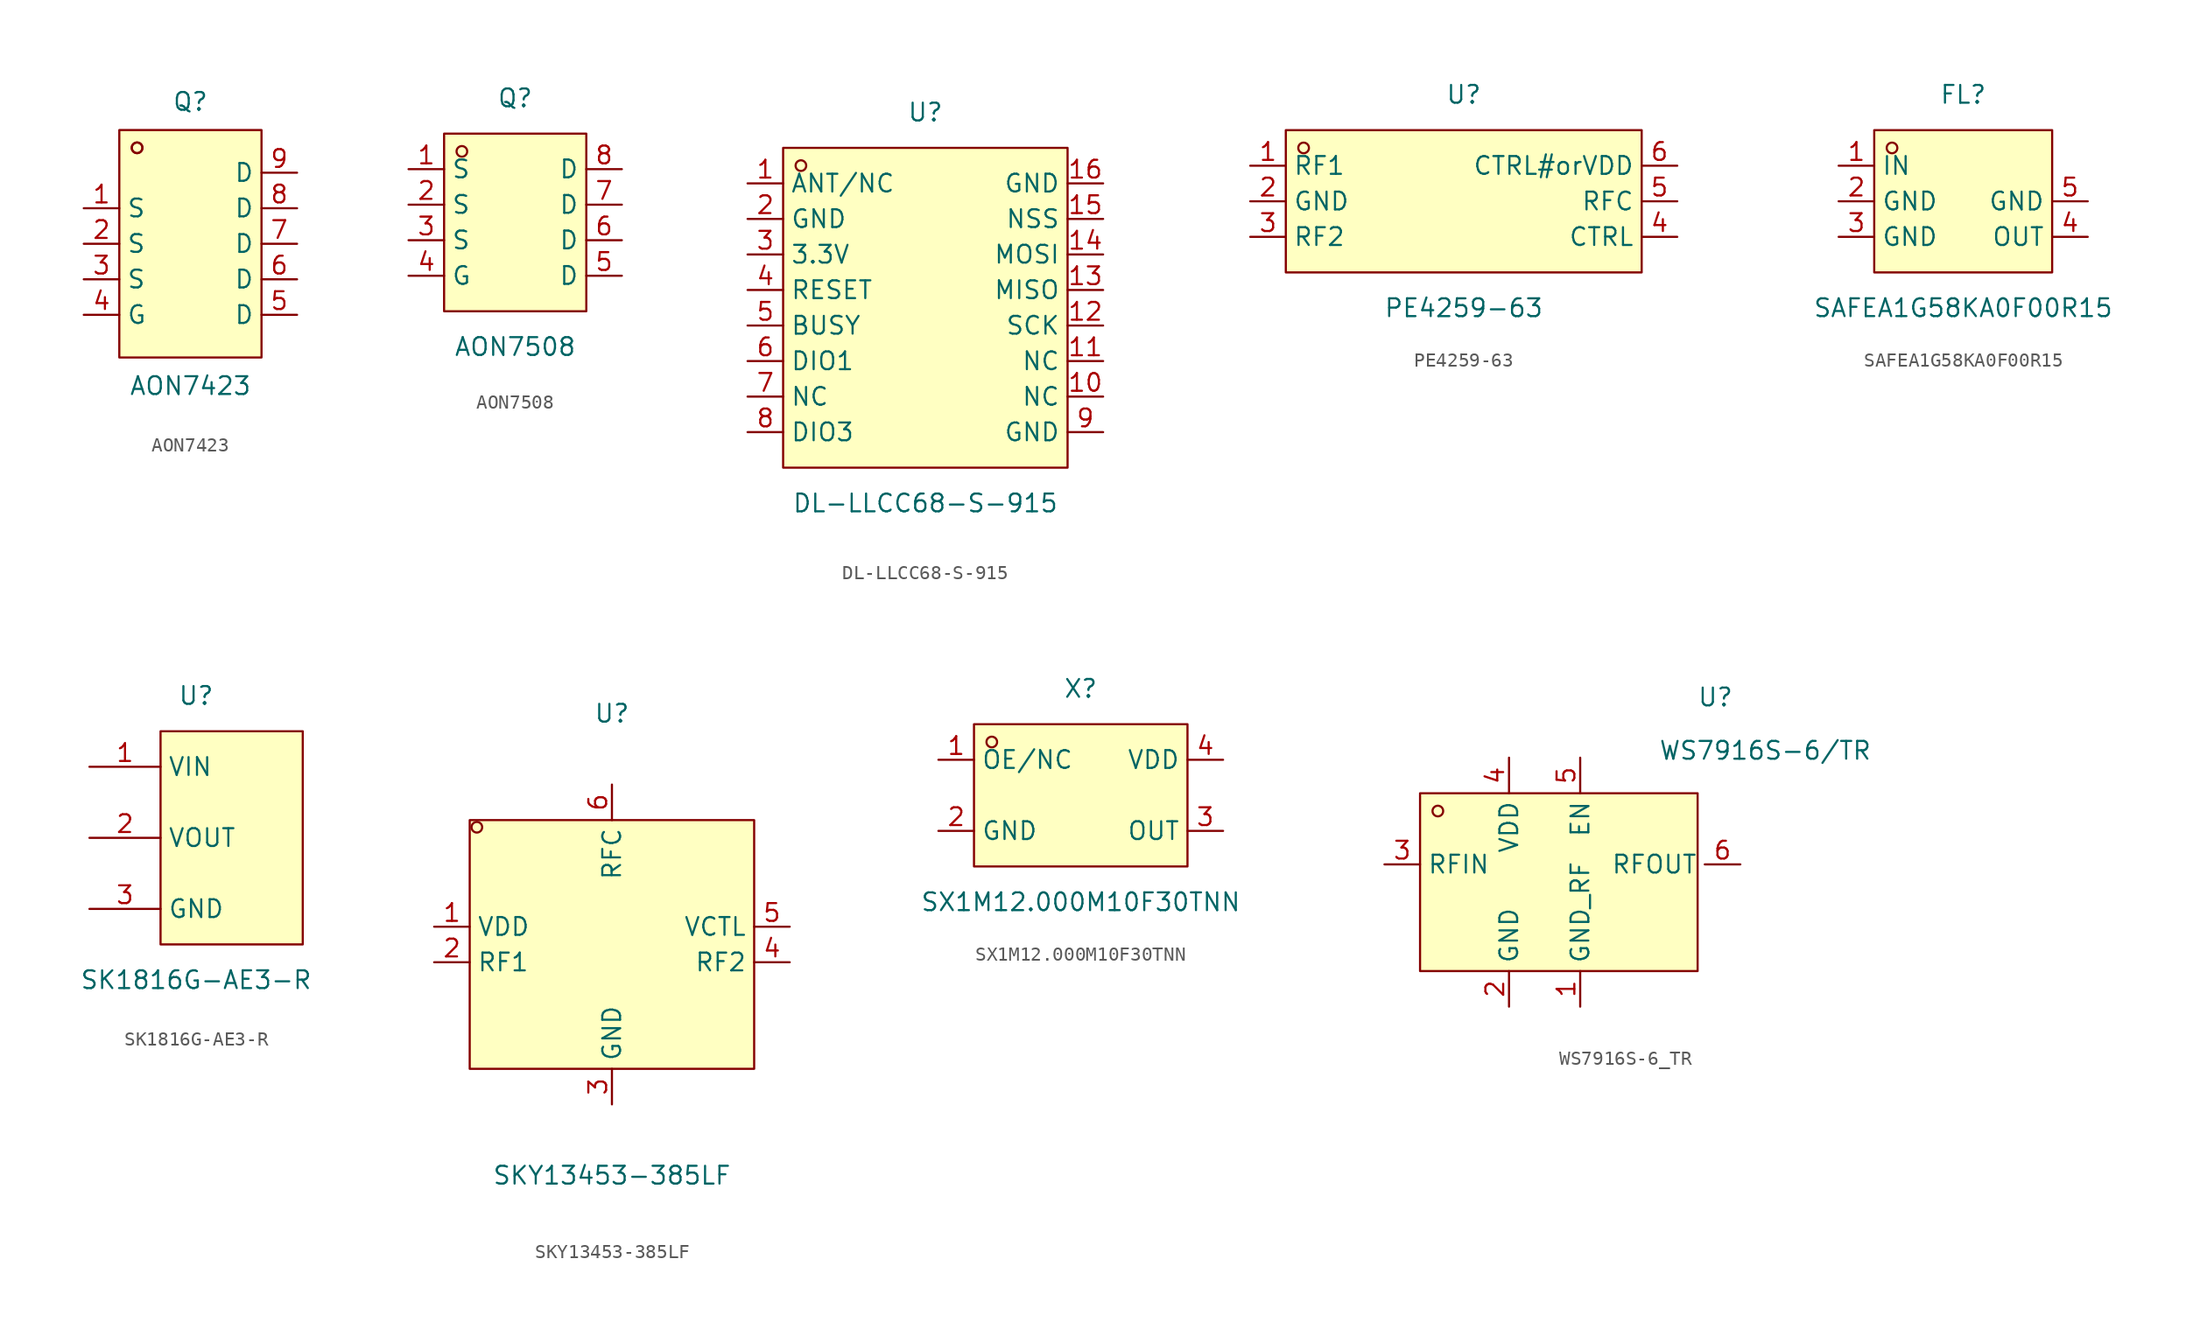
<source format=kicad_sym>
(kicad_symbol_lib
  (version 20231120)
  (generator "kicad_symbol_editor")
  (generator_version "8.0")
  (symbol "AON7423"
    (property "Reference" "Q"
      (at 0 10.16 0)
      (effects (font (size 1.27 1.27))))
    (property "Value" "AON7423"
      (at 0 -10.16 0)
      (effects (font (size 1.27 1.27))))
    (symbol "AON7423_0_1"
      (rectangle (start -5.08 8.13) (end 5.08 -8.13) (stroke (width 0) (type default)) (fill (type background)))
      (circle (center -3.81 6.86) (radius 0.38) (stroke (width 0) (type default)) (fill (type none)))
      (circle (center -3.81 6.86) (radius 0.38) (stroke (width 0) (type default)) (fill (type none)))
      (pin unspecified line (at -7.62 2.54 0) (length 2.54) (name "S" (effects (font (size 1.27 1.27)))) (number "1" (effects (font (size 1.27 1.27)))))
      (pin unspecified line (at -7.62 0 0) (length 2.54) (name "S" (effects (font (size 1.27 1.27)))) (number "2" (effects (font (size 1.27 1.27)))))
      (pin unspecified line (at -7.62 -2.54 0) (length 2.54) (name "S" (effects (font (size 1.27 1.27)))) (number "3" (effects (font (size 1.27 1.27)))))
      (pin unspecified line (at -7.62 -5.08 0) (length 2.54) (name "G" (effects (font (size 1.27 1.27)))) (number "4" (effects (font (size 1.27 1.27)))))
      (pin unspecified line (at 7.62 -5.08 180) (length 2.54) (name "D" (effects (font (size 1.27 1.27)))) (number "5" (effects (font (size 1.27 1.27)))))
      (pin unspecified line (at 7.62 -2.54 180) (length 2.54) (name "D" (effects (font (size 1.27 1.27)))) (number "6" (effects (font (size 1.27 1.27)))))
      (pin unspecified line (at 7.62 0 180) (length 2.54) (name "D" (effects (font (size 1.27 1.27)))) (number "7" (effects (font (size 1.27 1.27)))))
      (pin unspecified line (at 7.62 2.54 180) (length 2.54) (name "D" (effects (font (size 1.27 1.27)))) (number "8" (effects (font (size 1.27 1.27)))))
      (pin unspecified line (at 7.62 5.08 180) (length 2.54) (name "D" (effects (font (size 1.27 1.27)))) (number "9" (effects (font (size 1.27 1.27)))))))
  (symbol "AON7508"
    (property "Reference" "Q"
      (at 0 8.89 0)
      (effects (font (size 1.27 1.27))))
    (property "Value" "AON7508"
      (at 0 -8.89 0)
      (effects (font (size 1.27 1.27))))
    (symbol "AON7508_0_1"
      (rectangle (start -5.08 6.35) (end 5.08 -6.35) (stroke (width 0) (type default)) (fill (type background)))
      (circle (center -3.81 5.08) (radius 0.38) (stroke (width 0) (type default)) (fill (type none)))
      (pin unspecified line (at -7.62 3.81 0) (length 2.54) (name "S" (effects (font (size 1.27 1.27)))) (number "1" (effects (font (size 1.27 1.27)))))
      (pin unspecified line (at -7.62 1.27 0) (length 2.54) (name "S" (effects (font (size 1.27 1.27)))) (number "2" (effects (font (size 1.27 1.27)))))
      (pin unspecified line (at -7.62 -1.27 0) (length 2.54) (name "S" (effects (font (size 1.27 1.27)))) (number "3" (effects (font (size 1.27 1.27)))))
      (pin unspecified line (at -7.62 -3.81 0) (length 2.54) (name "G" (effects (font (size 1.27 1.27)))) (number "4" (effects (font (size 1.27 1.27)))))
      (pin unspecified line (at 7.62 -3.81 180) (length 2.54) (name "D" (effects (font (size 1.27 1.27)))) (number "5" (effects (font (size 1.27 1.27)))))
      (pin unspecified line (at 7.62 -1.27 180) (length 2.54) (name "D" (effects (font (size 1.27 1.27)))) (number "6" (effects (font (size 1.27 1.27)))))
      (pin unspecified line (at 7.62 1.27 180) (length 2.54) (name "D" (effects (font (size 1.27 1.27)))) (number "7" (effects (font (size 1.27 1.27)))))
      (pin unspecified line (at 7.62 3.81 180) (length 2.54) (name "D" (effects (font (size 1.27 1.27)))) (number "8" (effects (font (size 1.27 1.27)))))))
  (symbol "DL-LLCC68-S-915"
    (property "Reference" "U"
      (at 0 13.97 0)
      (effects (font (size 1.27 1.27))))
    (property "Value" "DL-LLCC68-S-915"
      (at 0 -13.97 0)
      (effects (font (size 1.27 1.27))))
    (symbol "DL-LLCC68-S-915_0_1"
      (rectangle (start -10.16 11.43) (end 10.16 -11.43) (stroke (width 0) (type default)) (fill (type background)))
      (circle (center -8.89 10.16) (radius 0.38) (stroke (width 0) (type default)) (fill (type none)))
      (pin unspecified line (at -12.7 8.89 0) (length 2.54) (name "ANT/NC" (effects (font (size 1.27 1.27)))) (number "1" (effects (font (size 1.27 1.27)))))
      (pin unspecified line (at 12.7 -6.35 180) (length 2.54) (name "NC" (effects (font (size 1.27 1.27)))) (number "10" (effects (font (size 1.27 1.27)))))
      (pin unspecified line (at 12.7 -3.81 180) (length 2.54) (name "NC" (effects (font (size 1.27 1.27)))) (number "11" (effects (font (size 1.27 1.27)))))
      (pin unspecified line (at 12.7 -1.27 180) (length 2.54) (name "SCK" (effects (font (size 1.27 1.27)))) (number "12" (effects (font (size 1.27 1.27)))))
      (pin unspecified line (at 12.7 1.27 180) (length 2.54) (name "MISO" (effects (font (size 1.27 1.27)))) (number "13" (effects (font (size 1.27 1.27)))))
      (pin unspecified line (at 12.7 3.81 180) (length 2.54) (name "MOSI" (effects (font (size 1.27 1.27)))) (number "14" (effects (font (size 1.27 1.27)))))
      (pin unspecified line (at 12.7 6.35 180) (length 2.54) (name "NSS" (effects (font (size 1.27 1.27)))) (number "15" (effects (font (size 1.27 1.27)))))
      (pin unspecified line (at 12.7 8.89 180) (length 2.54) (name "GND" (effects (font (size 1.27 1.27)))) (number "16" (effects (font (size 1.27 1.27)))))
      (pin unspecified line (at -12.7 6.35 0) (length 2.54) (name "GND" (effects (font (size 1.27 1.27)))) (number "2" (effects (font (size 1.27 1.27)))))
      (pin unspecified line (at -12.7 3.81 0) (length 2.54) (name "3.3V" (effects (font (size 1.27 1.27)))) (number "3" (effects (font (size 1.27 1.27)))))
      (pin unspecified line (at -12.7 1.27 0) (length 2.54) (name "RESET" (effects (font (size 1.27 1.27)))) (number "4" (effects (font (size 1.27 1.27)))))
      (pin unspecified line (at -12.7 -1.27 0) (length 2.54) (name "BUSY" (effects (font (size 1.27 1.27)))) (number "5" (effects (font (size 1.27 1.27)))))
      (pin unspecified line (at -12.7 -3.81 0) (length 2.54) (name "DIO1" (effects (font (size 1.27 1.27)))) (number "6" (effects (font (size 1.27 1.27)))))
      (pin unspecified line (at -12.7 -6.35 0) (length 2.54) (name "NC" (effects (font (size 1.27 1.27)))) (number "7" (effects (font (size 1.27 1.27)))))
      (pin unspecified line (at -12.7 -8.89 0) (length 2.54) (name "DIO3" (effects (font (size 1.27 1.27)))) (number "8" (effects (font (size 1.27 1.27)))))
      (pin unspecified line (at 12.7 -8.89 180) (length 2.54) (name "GND" (effects (font (size 1.27 1.27)))) (number "9" (effects (font (size 1.27 1.27)))))))
  (symbol "PE4259-63"
    (property "Reference" "U"
      (at 0 7.62 0)
      (effects (font (size 1.27 1.27))))
    (property "Value" "PE4259-63"
      (at 0 -7.62 0)
      (effects (font (size 1.27 1.27))))
    (symbol "PE4259-63_0_1"
      (rectangle (start -12.7 5.08) (end 12.7 -5.08) (stroke (width 0) (type default)) (fill (type background)))
      (circle (center -11.43 3.81) (radius 0.38) (stroke (width 0) (type default)) (fill (type none)))
      (pin unspecified line (at -15.24 2.54 0) (length 2.54) (name "RF1" (effects (font (size 1.27 1.27)))) (number "1" (effects (font (size 1.27 1.27)))))
      (pin unspecified line (at -15.24 0 0) (length 2.54) (name "GND" (effects (font (size 1.27 1.27)))) (number "2" (effects (font (size 1.27 1.27)))))
      (pin unspecified line (at -15.24 -2.54 0) (length 2.54) (name "RF2" (effects (font (size 1.27 1.27)))) (number "3" (effects (font (size 1.27 1.27)))))
      (pin unspecified line (at 15.24 -2.54 180) (length 2.54) (name "CTRL" (effects (font (size 1.27 1.27)))) (number "4" (effects (font (size 1.27 1.27)))))
      (pin unspecified line (at 15.24 0 180) (length 2.54) (name "RFC" (effects (font (size 1.27 1.27)))) (number "5" (effects (font (size 1.27 1.27)))))
      (pin unspecified line (at 15.24 2.54 180) (length 2.54) (name "CTRL#orVDD" (effects (font (size 1.27 1.27)))) (number "6" (effects (font (size 1.27 1.27)))))))
  (symbol "SAFEA1G58KA0F00R15"
    (property "Reference" "FL"
      (at 0 7.62 0)
      (effects (font (size 1.27 1.27))))
    (property "Value" "SAFEA1G58KA0F00R15"
      (at 0 -7.62 0)
      (effects (font (size 1.27 1.27))))
    (symbol "SAFEA1G58KA0F00R15_0_1"
      (rectangle (start -6.35 5.08) (end 6.35 -5.08) (stroke (width 0) (type default)) (fill (type background)))
      (circle (center -5.08 3.81) (radius 0.38) (stroke (width 0) (type default)) (fill (type none)))
      (pin unspecified line (at -8.89 2.54 0) (length 2.54) (name "IN" (effects (font (size 1.27 1.27)))) (number "1" (effects (font (size 1.27 1.27)))))
      (pin unspecified line (at -8.89 0 0) (length 2.54) (name "GND" (effects (font (size 1.27 1.27)))) (number "2" (effects (font (size 1.27 1.27)))))
      (pin unspecified line (at -8.89 -2.54 0) (length 2.54) (name "GND" (effects (font (size 1.27 1.27)))) (number "3" (effects (font (size 1.27 1.27)))))
      (pin unspecified line (at 8.89 -2.54 180) (length 2.54) (name "OUT" (effects (font (size 1.27 1.27)))) (number "4" (effects (font (size 1.27 1.27)))))
      (pin unspecified line (at 8.89 0 180) (length 2.54) (name "GND" (effects (font (size 1.27 1.27)))) (number "5" (effects (font (size 1.27 1.27)))))))
  (symbol "SK1816G-AE3-R"
    (property "Reference" "U"
      (at 0 10.16 0)
      (effects (font (size 1.27 1.27))))
    (property "Value" "SK1816G-AE3-R"
      (at 0 -10.16 0)
      (effects (font (size 1.27 1.27))))
    (symbol "SK1816G-AE3-R_0_1"
      (rectangle (start -2.54 7.62) (end 7.62 -7.62) (stroke (width 0) (type default)) (fill (type background)))
      (pin unspecified line (at -7.62 5.08 0) (length 5.08) (name "VIN" (effects (font (size 1.27 1.27)))) (number "1" (effects (font (size 1.27 1.27)))))
      (pin unspecified line (at -7.62 0 0) (length 5.08) (name "VOUT" (effects (font (size 1.27 1.27)))) (number "2" (effects (font (size 1.27 1.27)))))
      (pin unspecified line (at -7.62 -5.08 0) (length 5.08) (name "GND" (effects (font (size 1.27 1.27)))) (number "3" (effects (font (size 1.27 1.27)))))))
  (symbol "SKY13453-385LF"
    (property "Reference" "U"
      (at 0 16.51 0)
      (effects (font (size 1.27 1.27))))
    (property "Value" "SKY13453-385LF"
      (at 0 -16.51 0)
      (effects (font (size 1.27 1.27))))
    (symbol "SKY13453-385LF_0_1"
      (rectangle (start -10.16 8.89) (end 10.16 -8.89) (stroke (width 0) (type default)) (fill (type background)))
      (circle (center -9.65 8.38) (radius 0.38) (stroke (width 0) (type default)) (fill (type none)))
      (pin unspecified line (at -12.7 1.27 0) (length 2.54) (name "VDD" (effects (font (size 1.27 1.27)))) (number "1" (effects (font (size 1.27 1.27)))))
      (pin unspecified line (at -12.7 -1.27 0) (length 2.54) (name "RF1" (effects (font (size 1.27 1.27)))) (number "2" (effects (font (size 1.27 1.27)))))
      (pin unspecified line (at 0 -11.43 90) (length 2.54) (name "GND" (effects (font (size 1.27 1.27)))) (number "3" (effects (font (size 1.27 1.27)))))
      (pin unspecified line (at 12.7 -1.27 180) (length 2.54) (name "RF2" (effects (font (size 1.27 1.27)))) (number "4" (effects (font (size 1.27 1.27)))))
      (pin unspecified line (at 12.7 1.27 180) (length 2.54) (name "VCTL" (effects (font (size 1.27 1.27)))) (number "5" (effects (font (size 1.27 1.27)))))
      (pin unspecified line (at 0 11.43 270) (length 2.54) (name "RFC" (effects (font (size 1.27 1.27)))) (number "6" (effects (font (size 1.27 1.27)))))))
  (symbol "SX1M12.000M10F30TNN"
    (property "Reference" "X"
      (at 0 7.62 0)
      (effects (font (size 1.27 1.27))))
    (property "Value" "SX1M12.000M10F30TNN"
      (at 0 -7.62 0)
      (effects (font (size 1.27 1.27))))
    (symbol "SX1M12.000M10F30TNN_0_1"
      (rectangle (start -7.62 5.08) (end 7.62 -5.08) (stroke (width 0) (type default)) (fill (type background)))
      (circle (center -6.35 3.81) (radius 0.38) (stroke (width 0) (type default)) (fill (type none)))
      (pin unspecified line (at -10.16 2.54 0) (length 2.54) (name "OE/NC" (effects (font (size 1.27 1.27)))) (number "1" (effects (font (size 1.27 1.27)))))
      (pin unspecified line (at -10.16 -2.54 0) (length 2.54) (name "GND" (effects (font (size 1.27 1.27)))) (number "2" (effects (font (size 1.27 1.27)))))
      (pin unspecified line (at 10.16 -2.54 180) (length 2.54) (name "OUT" (effects (font (size 1.27 1.27)))) (number "3" (effects (font (size 1.27 1.27)))))
      (pin unspecified line (at 10.16 2.54 180) (length 2.54) (name "VDD" (effects (font (size 1.27 1.27)))) (number "4" (effects (font (size 1.27 1.27)))))))
  (symbol "WS7916S-6_TR"
    (property "Reference" "U"
      (at 12.192 11.938 0)
      (effects (font (size 1.27 1.27))))
    (property "Value" "WS7916S-6/TR"
      (at 15.748 8.128 0)
      (effects (font (size 1.27 1.27))))
    (symbol "WS7916S-6_TR_0_1"
      (rectangle (start -8.89 5.08) (end 10.922 -7.62) (stroke (width 0) (type default)) (fill (type background)))
      (circle (center -7.62 3.81) (radius 0.38) (stroke (width 0) (type default)) (fill (type none)))
      (pin unspecified line (at -2.54 -10.16 90) (length 2.54) (name "GND" (effects (font (size 1.27 1.27)))) (number "2" (effects (font (size 1.27 1.27)))))
      (pin unspecified line (at -11.43 0 0) (length 2.54) (name "RFIN" (effects (font (size 1.27 1.27)))) (number "3" (effects (font (size 1.27 1.27)))))
      (pin unspecified line (at -2.54 7.62 270) (length 2.54) (name "VDD" (effects (font (size 1.27 1.27)))) (number "4" (effects (font (size 1.27 1.27)))))
      (pin unspecified line (at 2.54 7.62 270) (length 2.54) (name "EN" (effects (font (size 1.27 1.27)))) (number "5" (effects (font (size 1.27 1.27)))))
      (pin unspecified line (at 13.97 0 180) (length 2.54) (name "RFOUT" (effects (font (size 1.27 1.27)))) (number "6" (effects (font (size 1.27 1.27))))))
    (symbol "WS7916S-6_TR_1_1"
      (pin unspecified line (at 2.54 -10.16 90) (length 2.54) (name "GND_RF" (effects (font (size 1.27 1.27)))) (number "1" (effects (font (size 1.27 1.27))))))))
</source>
